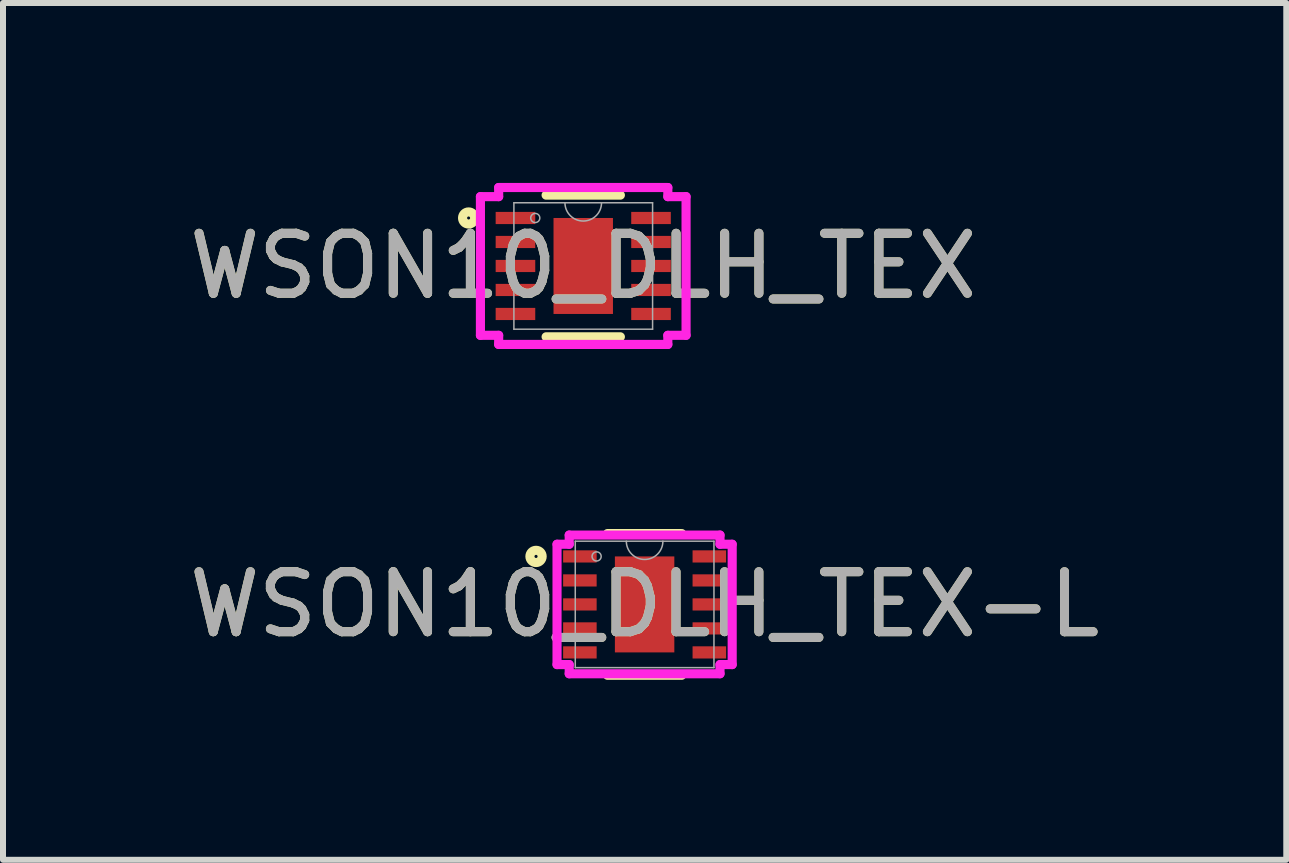
<source format=kicad_pcb>
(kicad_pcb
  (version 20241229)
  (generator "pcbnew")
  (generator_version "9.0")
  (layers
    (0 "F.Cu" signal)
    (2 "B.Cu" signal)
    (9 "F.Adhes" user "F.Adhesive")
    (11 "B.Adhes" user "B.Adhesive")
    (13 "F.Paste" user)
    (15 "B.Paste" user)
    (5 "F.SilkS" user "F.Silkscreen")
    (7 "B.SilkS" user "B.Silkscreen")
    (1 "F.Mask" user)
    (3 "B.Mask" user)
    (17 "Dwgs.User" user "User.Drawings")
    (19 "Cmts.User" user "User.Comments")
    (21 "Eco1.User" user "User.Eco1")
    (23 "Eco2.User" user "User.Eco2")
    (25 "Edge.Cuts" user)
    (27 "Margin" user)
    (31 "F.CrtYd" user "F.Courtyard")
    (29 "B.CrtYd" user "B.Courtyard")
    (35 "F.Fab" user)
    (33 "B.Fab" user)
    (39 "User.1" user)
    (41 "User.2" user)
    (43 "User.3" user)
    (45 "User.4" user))
  (footprint "WSON10_DLH_TEX"
    (layer "F.Cu")
    (at 6.673 1.384)
    (property "Reference" "WSON10_DLH_TEX" (at 0 0 0) (unlocked yes) (layer "F.SilkS") (effects (font (size 1 1) (thickness 0.15))))
    (attr smd)
    (fp_line (start -0.619 1.181) (end 0.619 1.181) (stroke (width 0.152) (type solid)) (layer "F.SilkS"))
    (fp_line (start 0.619 -1.181) (end -0.619 -1.181) (stroke (width 0.152) (type solid)) (layer "F.SilkS"))
    (fp_circle (center -1.911 -0.8) (end -1.81 -0.8) (stroke (width 0.152) (type solid)) (fill no) (layer "F.SilkS"))
    (fp_line (start -1.714 -1.156) (end -1.41 -1.156) (stroke (width 0.152) (type solid)) (layer "F.CrtYd"))
    (fp_line (start -1.714 1.156) (end -1.714 -1.156) (stroke (width 0.152) (type solid)) (layer "F.CrtYd"))
    (fp_line (start -1.714 1.156) (end -1.41 1.156) (stroke (width 0.152) (type solid)) (layer "F.CrtYd"))
    (fp_line (start -1.41 -1.308) (end 1.41 -1.308) (stroke (width 0.152) (type solid)) (layer "F.CrtYd"))
    (fp_line (start -1.41 -1.156) (end -1.41 -1.308) (stroke (width 0.152) (type solid)) (layer "F.CrtYd"))
    (fp_line (start -1.41 1.308) (end -1.41 1.156) (stroke (width 0.152) (type solid)) (layer "F.CrtYd"))
    (fp_line (start 1.41 -1.308) (end 1.41 -1.156) (stroke (width 0.152) (type solid)) (layer "F.CrtYd"))
    (fp_line (start 1.41 1.156) (end 1.41 1.308) (stroke (width 0.152) (type solid)) (layer "F.CrtYd"))
    (fp_line (start 1.41 1.308) (end -1.41 1.308) (stroke (width 0.152) (type solid)) (layer "F.CrtYd"))
    (fp_line (start 1.714 -1.156) (end 1.41 -1.156) (stroke (width 0.152) (type solid)) (layer "F.CrtYd"))
    (fp_line (start 1.714 -1.156) (end 1.714 1.156) (stroke (width 0.152) (type solid)) (layer "F.CrtYd"))
    (fp_line (start 1.714 1.156) (end 1.41 1.156) (stroke (width 0.152) (type solid)) (layer "F.CrtYd"))
    (fp_line (start -1.156 -1.054) (end -1.156 1.054) (stroke (width 0.025) (type solid)) (layer "F.Fab"))
    (fp_line (start -1.156 1.054) (end 1.156 1.054) (stroke (width 0.025) (type solid)) (layer "F.Fab"))
    (fp_line (start 1.156 -1.054) (end -1.156 -1.054) (stroke (width 0.025) (type solid)) (layer "F.Fab"))
    (fp_line (start 1.156 1.054) (end 1.156 -1.054) (stroke (width 0.025) (type solid)) (layer "F.Fab"))
    (fp_arc (start 0.3048 -1.0541) (mid 0 -0.7493) (end -0.3048 -1.0541) (stroke (width 0.0254) (type solid)) (layer "F.Fab"))
    (fp_circle (center -0.8 -0.8) (end -0.724 -0.8) (stroke (width 0.025) (type solid)) (fill no) (layer "F.Fab"))
    (fp_text user "${REFERENCE}" (at 0 0 0) (unlocked yes) (layer "F.Fab") (effects (font (size 1 1) (thickness 0.15))))
    (pad "1" smd rect (at -1.13 -0.8) (size 0.66 0.203) (layers "F.Cu" "F.Mask" "F.Paste"))
    (pad "2" smd rect (at -1.13 -0.4) (size 0.66 0.203) (layers "F.Cu" "F.Mask" "F.Paste"))
    (pad "3" smd rect (at -1.13 0) (size 0.66 0.203) (layers "F.Cu" "F.Mask" "F.Paste"))
    (pad "4" smd rect (at -1.13 0.4) (size 0.66 0.203) (layers "F.Cu" "F.Mask" "F.Paste"))
    (pad "5" smd rect (at -1.13 0.8) (size 0.66 0.203) (layers "F.Cu" "F.Mask" "F.Paste"))
    (pad "6" smd rect (at 1.13 0.8) (size 0.66 0.203) (layers "F.Cu" "F.Mask" "F.Paste"))
    (pad "7" smd rect (at 1.13 0.4) (size 0.66 0.203) (layers "F.Cu" "F.Mask" "F.Paste"))
    (pad "8" smd rect (at 1.13 0) (size 0.66 0.203) (layers "F.Cu" "F.Mask" "F.Paste"))
    (pad "9" smd rect (at 1.13 -0.4) (size 0.66 0.203) (layers "F.Cu" "F.Mask" "F.Paste"))
    (pad "10" smd rect (at 1.13 -0.8) (size 0.66 0.203) (layers "F.Cu" "F.Mask" "F.Paste"))
    (pad "11" smd rect (at 0 0) (size 0.991 1.6) (layers "F.Cu" "F.Mask" "F.Paste")))
  (footprint "WSON10_DLH_TEX-L"
    (layer "F.Cu")
    (at 7.696 7.026)
    (property "Reference" "WSON10_DLH_TEX-L" (at 0 0 0) (unlocked yes) (layer "F.SilkS") (effects (font (size 1 1) (thickness 0.15))))
    (attr smd)
    (fp_line (start -0.619 1.181) (end 0.619 1.181) (stroke (width 0.152) (type solid)) (layer "F.SilkS"))
    (fp_line (start 0.619 -1.181) (end -0.619 -1.181) (stroke (width 0.152) (type solid)) (layer "F.SilkS"))
    (fp_circle (center -1.81 -0.8) (end -1.708 -0.8) (stroke (width 0.152) (type solid)) (fill no) (layer "F.SilkS"))
    (fp_line (start -1.46 -1.003) (end -1.257 -1.003) (stroke (width 0.152) (type solid)) (layer "F.CrtYd"))
    (fp_line (start -1.46 1.003) (end -1.46 -1.003) (stroke (width 0.152) (type solid)) (layer "F.CrtYd"))
    (fp_line (start -1.46 1.003) (end -1.257 1.003) (stroke (width 0.152) (type solid)) (layer "F.CrtYd"))
    (fp_line (start -1.257 -1.156) (end 1.257 -1.156) (stroke (width 0.152) (type solid)) (layer "F.CrtYd"))
    (fp_line (start -1.257 -1.003) (end -1.257 -1.156) (stroke (width 0.152) (type solid)) (layer "F.CrtYd"))
    (fp_line (start -1.257 1.156) (end -1.257 1.003) (stroke (width 0.152) (type solid)) (layer "F.CrtYd"))
    (fp_line (start 1.257 -1.156) (end 1.257 -1.003) (stroke (width 0.152) (type solid)) (layer "F.CrtYd"))
    (fp_line (start 1.257 1.003) (end 1.257 1.156) (stroke (width 0.152) (type solid)) (layer "F.CrtYd"))
    (fp_line (start 1.257 1.156) (end -1.257 1.156) (stroke (width 0.152) (type solid)) (layer "F.CrtYd"))
    (fp_line (start 1.46 -1.003) (end 1.257 -1.003) (stroke (width 0.152) (type solid)) (layer "F.CrtYd"))
    (fp_line (start 1.46 -1.003) (end 1.46 1.003) (stroke (width 0.152) (type solid)) (layer "F.CrtYd"))
    (fp_line (start 1.46 1.003) (end 1.257 1.003) (stroke (width 0.152) (type solid)) (layer "F.CrtYd"))
    (fp_line (start -1.156 -1.054) (end -1.156 1.054) (stroke (width 0.025) (type solid)) (layer "F.Fab"))
    (fp_line (start -1.156 1.054) (end 1.156 1.054) (stroke (width 0.025) (type solid)) (layer "F.Fab"))
    (fp_line (start 1.156 -1.054) (end -1.156 -1.054) (stroke (width 0.025) (type solid)) (layer "F.Fab"))
    (fp_line (start 1.156 1.054) (end 1.156 -1.054) (stroke (width 0.025) (type solid)) (layer "F.Fab"))
    (fp_arc (start 0.3048 -1.0541) (mid 0 -0.7493) (end -0.3048 -1.0541) (stroke (width 0.0254) (type solid)) (layer "F.Fab"))
    (fp_circle (center -0.8 -0.8) (end -0.724 -0.8) (stroke (width 0.025) (type solid)) (fill no) (layer "F.Fab"))
    (fp_text user "${REFERENCE}" (at 0 0 0) (unlocked yes) (layer "F.Fab") (effects (font (size 1 1) (thickness 0.15))))
    (pad "1" smd rect (at -1.079 -0.8) (size 0.559 0.203) (layers "F.Cu" "F.Mask" "F.Paste"))
    (pad "2" smd rect (at -1.079 -0.4) (size 0.559 0.203) (layers "F.Cu" "F.Mask" "F.Paste"))
    (pad "3" smd rect (at -1.079 0) (size 0.559 0.203) (layers "F.Cu" "F.Mask" "F.Paste"))
    (pad "4" smd rect (at -1.079 0.4) (size 0.559 0.203) (layers "F.Cu" "F.Mask" "F.Paste"))
    (pad "5" smd rect (at -1.079 0.8) (size 0.559 0.203) (layers "F.Cu" "F.Mask" "F.Paste"))
    (pad "6" smd rect (at 1.079 0.8) (size 0.559 0.203) (layers "F.Cu" "F.Mask" "F.Paste"))
    (pad "7" smd rect (at 1.079 0.4) (size 0.559 0.203) (layers "F.Cu" "F.Mask" "F.Paste"))
    (pad "8" smd rect (at 1.079 0) (size 0.559 0.203) (layers "F.Cu" "F.Mask" "F.Paste"))
    (pad "9" smd rect (at 1.079 -0.4) (size 0.559 0.203) (layers "F.Cu" "F.Mask" "F.Paste"))
    (pad "10" smd rect (at 1.079 -0.8) (size 0.559 0.203) (layers "F.Cu" "F.Mask" "F.Paste"))
    (pad "11" smd rect (at 0 0) (size 0.991 1.6) (layers "F.Cu" "F.Mask" "F.Paste")))
  (gr_rect
    (start -3 -3)
    (end 18.393 11.283)
    (stroke (width 0.1) (type default))
    (fill no)
    (layer "Edge.Cuts")))
</source>
